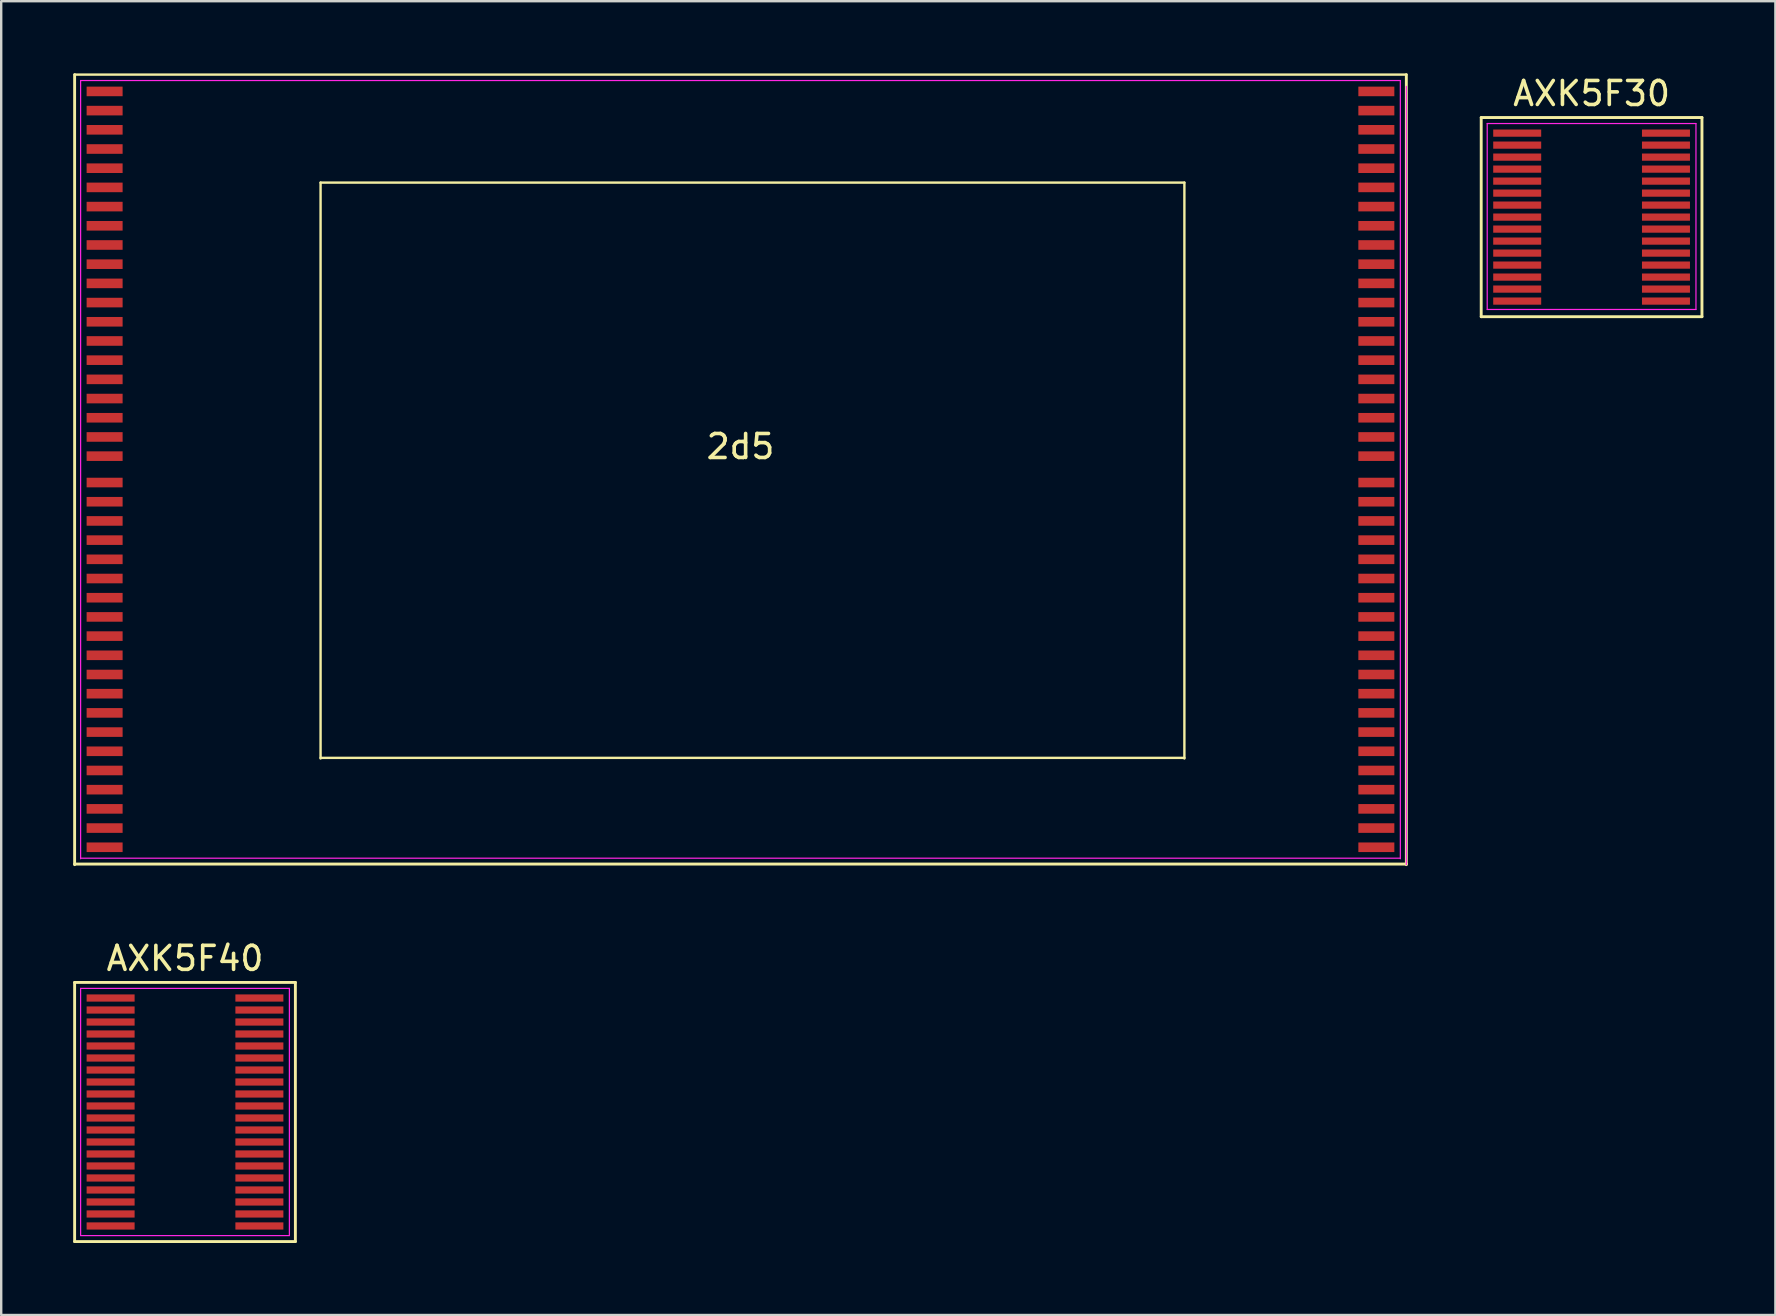
<source format=kicad_pcb>
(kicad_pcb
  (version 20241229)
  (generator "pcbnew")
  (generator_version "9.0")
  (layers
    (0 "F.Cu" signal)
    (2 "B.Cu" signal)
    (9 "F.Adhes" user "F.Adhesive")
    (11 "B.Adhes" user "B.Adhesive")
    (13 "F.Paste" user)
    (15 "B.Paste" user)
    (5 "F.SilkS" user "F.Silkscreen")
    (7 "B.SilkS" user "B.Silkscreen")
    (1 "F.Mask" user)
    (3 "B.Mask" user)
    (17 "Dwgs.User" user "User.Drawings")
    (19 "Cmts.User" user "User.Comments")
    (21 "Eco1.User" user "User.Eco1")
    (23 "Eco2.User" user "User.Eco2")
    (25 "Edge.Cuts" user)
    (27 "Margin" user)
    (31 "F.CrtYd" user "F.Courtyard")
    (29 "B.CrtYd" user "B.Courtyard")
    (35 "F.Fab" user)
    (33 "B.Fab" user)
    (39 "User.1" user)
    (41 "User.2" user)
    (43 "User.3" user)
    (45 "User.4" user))
  (footprint "AXK5F40"
    (layer "F.Cu")
    (at 4.66 43.293)
    (property "Reference" "AXK5F40" (at 0 -6.4 0) (layer "F.SilkS") (effects (font (size 1 1) (thickness 0.15))))
    (attr smd)
    (fp_line (start -4.6 -5.4) (end 4.6 -5.4) (stroke (width 0.12) (type default)) (layer "F.SilkS"))
    (fp_line (start -4.6 5.4) (end -4.6 -5.4) (stroke (width 0.12) (type default)) (layer "F.SilkS"))
    (fp_line (start 4.6 -5.4) (end 4.6 5.4) (stroke (width 0.12) (type default)) (layer "F.SilkS"))
    (fp_line (start 4.6 5.4) (end -4.6 5.4) (stroke (width 0.12) (type default)) (layer "F.SilkS"))
    (fp_line (start -4.35 -5.15) (end 4.35 -5.15) (stroke (width 0.05) (type default)) (layer "F.CrtYd"))
    (fp_line (start -4.35 5.15) (end -4.35 -5.15) (stroke (width 0.05) (type default)) (layer "F.CrtYd"))
    (fp_line (start 4.35 -5.15) (end 4.35 5.15) (stroke (width 0.05) (type default)) (layer "F.CrtYd"))
    (fp_line (start 4.35 5.15) (end -4.35 5.15) (stroke (width 0.05) (type default)) (layer "F.CrtYd"))
    (pad "1" smd rect (at -3.1 -4.75 270) (size 0.3 2) (layers "F.Cu" "F.Mask" "F.Paste"))
    (pad "2" smd rect (at 3.1 -4.75 270) (size 0.3 2) (layers "F.Cu" "F.Mask" "F.Paste"))
    (pad "3" smd rect (at -3.1 -4.25 270) (size 0.3 2) (layers "F.Cu" "F.Mask" "F.Paste"))
    (pad "4" smd rect (at 3.1 -4.25 270) (size 0.3 2) (layers "F.Cu" "F.Mask" "F.Paste"))
    (pad "5" smd rect (at -3.1 -3.75 270) (size 0.3 2) (layers "F.Cu" "F.Mask" "F.Paste"))
    (pad "6" smd rect (at 3.1 -3.75 270) (size 0.3 2) (layers "F.Cu" "F.Mask" "F.Paste"))
    (pad "7" smd rect (at -3.1 -3.25 270) (size 0.3 2) (layers "F.Cu" "F.Mask" "F.Paste"))
    (pad "8" smd rect (at 3.1 -3.25 270) (size 0.3 2) (layers "F.Cu" "F.Mask" "F.Paste"))
    (pad "9" smd rect (at -3.1 -2.75 270) (size 0.3 2) (layers "F.Cu" "F.Mask" "F.Paste"))
    (pad "10" smd rect (at 3.1 -2.75 270) (size 0.3 2) (layers "F.Cu" "F.Mask" "F.Paste"))
    (pad "11" smd rect (at -3.1 -2.25 270) (size 0.3 2) (layers "F.Cu" "F.Mask" "F.Paste"))
    (pad "12" smd rect (at 3.1 -2.25 270) (size 0.3 2) (layers "F.Cu" "F.Mask" "F.Paste"))
    (pad "13" smd rect (at -3.1 -1.75 270) (size 0.3 2) (layers "F.Cu" "F.Mask" "F.Paste"))
    (pad "14" smd rect (at 3.1 -1.75 270) (size 0.3 2) (layers "F.Cu" "F.Mask" "F.Paste"))
    (pad "15" smd rect (at -3.1 -1.25 270) (size 0.3 2) (layers "F.Cu" "F.Mask" "F.Paste"))
    (pad "16" smd rect (at 3.1 -1.25 270) (size 0.3 2) (layers "F.Cu" "F.Mask" "F.Paste"))
    (pad "17" smd rect (at -3.1 -0.75 270) (size 0.3 2) (layers "F.Cu" "F.Mask" "F.Paste"))
    (pad "18" smd rect (at 3.1 -0.75 270) (size 0.3 2) (layers "F.Cu" "F.Mask" "F.Paste"))
    (pad "19" smd rect (at -3.1 -0.25 270) (size 0.3 2) (layers "F.Cu" "F.Mask" "F.Paste"))
    (pad "20" smd rect (at 3.1 -0.25 270) (size 0.3 2) (layers "F.Cu" "F.Mask" "F.Paste"))
    (pad "21" smd rect (at -3.1 0.25 270) (size 0.3 2) (layers "F.Cu" "F.Mask" "F.Paste"))
    (pad "22" smd rect (at 3.1 0.25 270) (size 0.3 2) (layers "F.Cu" "F.Mask" "F.Paste"))
    (pad "23" smd rect (at -3.1 0.75 270) (size 0.3 2) (layers "F.Cu" "F.Mask" "F.Paste"))
    (pad "24" smd rect (at 3.1 0.75 270) (size 0.3 2) (layers "F.Cu" "F.Mask" "F.Paste"))
    (pad "25" smd rect (at -3.1 1.25 270) (size 0.3 2) (layers "F.Cu" "F.Mask" "F.Paste"))
    (pad "26" smd rect (at 3.1 1.25 270) (size 0.3 2) (layers "F.Cu" "F.Mask" "F.Paste"))
    (pad "27" smd rect (at -3.1 1.75 270) (size 0.3 2) (layers "F.Cu" "F.Mask" "F.Paste"))
    (pad "28" smd rect (at 3.1 1.75 270) (size 0.3 2) (layers "F.Cu" "F.Mask" "F.Paste"))
    (pad "29" smd rect (at -3.1 2.25 270) (size 0.3 2) (layers "F.Cu" "F.Mask" "F.Paste"))
    (pad "30" smd rect (at 3.1 2.25 270) (size 0.3 2) (layers "F.Cu" "F.Mask" "F.Paste"))
    (pad "31" smd rect (at -3.1 2.75 270) (size 0.3 2) (layers "F.Cu" "F.Mask" "F.Paste"))
    (pad "32" smd rect (at 3.1 2.75 270) (size 0.3 2) (layers "F.Cu" "F.Mask" "F.Paste"))
    (pad "33" smd rect (at -3.1 3.25 270) (size 0.3 2) (layers "F.Cu" "F.Mask" "F.Paste"))
    (pad "34" smd rect (at 3.1 3.25 270) (size 0.3 2) (layers "F.Cu" "F.Mask" "F.Paste"))
    (pad "35" smd rect (at -3.1 3.75 270) (size 0.3 2) (layers "F.Cu" "F.Mask" "F.Paste"))
    (pad "36" smd rect (at 3.1 3.75 270) (size 0.3 2) (layers "F.Cu" "F.Mask" "F.Paste"))
    (pad "37" smd rect (at -3.1 4.25 270) (size 0.3 2) (layers "F.Cu" "F.Mask" "F.Paste"))
    (pad "38" smd rect (at 3.1 4.25 270) (size 0.3 2) (layers "F.Cu" "F.Mask" "F.Paste"))
    (pad "39" smd rect (at -3.1 4.75 270) (size 0.3 2) (layers "F.Cu" "F.Mask" "F.Paste"))
    (pad "40" smd rect (at 3.1 4.75 270) (size 0.3 2) (layers "F.Cu" "F.Mask" "F.Paste")))
  (footprint "AXK5F30"
    (layer "F.Cu")
    (at 63.38 5.998)
    (property "Reference" "AXK5F30" (at -0.1 -5.15 0) (layer "F.SilkS") (effects (font (size 1 1) (thickness 0.15))))
    (attr smd)
    (fp_line (start -4.7 -4.15) (end 4.5 -4.15) (stroke (width 0.12) (type default)) (layer "F.SilkS"))
    (fp_line (start -4.7 4.15) (end -4.7 -4.15) (stroke (width 0.12) (type default)) (layer "F.SilkS"))
    (fp_line (start 4.5 -4.15) (end 4.5 4.15) (stroke (width 0.12) (type default)) (layer "F.SilkS"))
    (fp_line (start 4.5 4.15) (end -4.7 4.15) (stroke (width 0.12) (type default)) (layer "F.SilkS"))
    (fp_line (start -4.45 -3.9) (end 4.25 -3.9) (stroke (width 0.05) (type default)) (layer "F.CrtYd"))
    (fp_line (start -4.45 3.85) (end -4.45 -3.9) (stroke (width 0.05) (type default)) (layer "F.CrtYd"))
    (fp_line (start 4.25 -3.9) (end 4.25 3.85) (stroke (width 0.05) (type default)) (layer "F.CrtYd"))
    (fp_line (start 4.25 3.85) (end -4.45 3.85) (stroke (width 0.05) (type default)) (layer "F.CrtYd"))
    (pad "1" smd rect (at -3.2 -3.5 270) (size 0.3 2) (layers "F.Cu" "F.Mask" "F.Paste"))
    (pad "2" smd rect (at 3 -3.5 270) (size 0.3 2) (layers "F.Cu" "F.Mask" "F.Paste"))
    (pad "3" smd rect (at -3.2 -3 270) (size 0.3 2) (layers "F.Cu" "F.Mask" "F.Paste"))
    (pad "4" smd rect (at 3 -3 270) (size 0.3 2) (layers "F.Cu" "F.Mask" "F.Paste"))
    (pad "5" smd rect (at -3.2 -2.5 270) (size 0.3 2) (layers "F.Cu" "F.Mask" "F.Paste"))
    (pad "6" smd rect (at 3 -2.5 270) (size 0.3 2) (layers "F.Cu" "F.Mask" "F.Paste"))
    (pad "7" smd rect (at -3.2 -2 270) (size 0.3 2) (layers "F.Cu" "F.Mask" "F.Paste"))
    (pad "8" smd rect (at 3 -2 270) (size 0.3 2) (layers "F.Cu" "F.Mask" "F.Paste"))
    (pad "9" smd rect (at -3.2 -1.5 270) (size 0.3 2) (layers "F.Cu" "F.Mask" "F.Paste"))
    (pad "10" smd rect (at 3 -1.5 270) (size 0.3 2) (layers "F.Cu" "F.Mask" "F.Paste"))
    (pad "11" smd rect (at -3.2 -1 270) (size 0.3 2) (layers "F.Cu" "F.Mask" "F.Paste"))
    (pad "12" smd rect (at 3 -1 270) (size 0.3 2) (layers "F.Cu" "F.Mask" "F.Paste"))
    (pad "13" smd rect (at -3.2 -0.5 270) (size 0.3 2) (layers "F.Cu" "F.Mask" "F.Paste"))
    (pad "14" smd rect (at 3 -0.5 270) (size 0.3 2) (layers "F.Cu" "F.Mask" "F.Paste"))
    (pad "15" smd rect (at -3.2 0 270) (size 0.3 2) (layers "F.Cu" "F.Mask" "F.Paste"))
    (pad "16" smd rect (at 3 0 270) (size 0.3 2) (layers "F.Cu" "F.Mask" "F.Paste"))
    (pad "17" smd rect (at -3.2 0.5 270) (size 0.3 2) (layers "F.Cu" "F.Mask" "F.Paste"))
    (pad "18" smd rect (at 3 0.5 270) (size 0.3 2) (layers "F.Cu" "F.Mask" "F.Paste"))
    (pad "19" smd rect (at -3.2 1 270) (size 0.3 2) (layers "F.Cu" "F.Mask" "F.Paste"))
    (pad "20" smd rect (at 3 1 270) (size 0.3 2) (layers "F.Cu" "F.Mask" "F.Paste"))
    (pad "21" smd rect (at -3.2 1.5 270) (size 0.3 2) (layers "F.Cu" "F.Mask" "F.Paste"))
    (pad "22" smd rect (at 3 1.5 270) (size 0.3 2) (layers "F.Cu" "F.Mask" "F.Paste"))
    (pad "23" smd rect (at -3.2 2 270) (size 0.3 2) (layers "F.Cu" "F.Mask" "F.Paste"))
    (pad "24" smd rect (at 3 2 270) (size 0.3 2) (layers "F.Cu" "F.Mask" "F.Paste"))
    (pad "25" smd rect (at -3.2 2.5 270) (size 0.3 2) (layers "F.Cu" "F.Mask" "F.Paste"))
    (pad "26" smd rect (at 3 2.5 270) (size 0.3 2) (layers "F.Cu" "F.Mask" "F.Paste"))
    (pad "27" smd rect (at -3.2 3 270) (size 0.3 2) (layers "F.Cu" "F.Mask" "F.Paste"))
    (pad "28" smd rect (at 3 3 270) (size 0.3 2) (layers "F.Cu" "F.Mask" "F.Paste"))
    (pad "29" smd rect (at -3.2 3.5 270) (size 0.3 2) (layers "F.Cu" "F.Mask" "F.Paste"))
    (pad "30" smd rect (at 3 3.5 270) (size 0.3 2) (layers "F.Cu" "F.Mask" "F.Paste")))
  (footprint "2d5"
    (layer "F.Cu")
    (at 27.81 16.56)
    (property "Reference" "2d5" (at 0 -1 0) (layer "F.SilkS") (effects (font (size 1 1) (thickness 0.15))))
    (attr smd)
    (fp_line (start -27.75 -16.5) (end -27.75 16.425) (stroke (width 0.12) (type default)) (layer "F.SilkS"))
    (fp_line (start -27.75 -16.5) (end 27.75 -16.5) (stroke (width 0.1) (type default)) (layer "F.SilkS"))
    (fp_line (start -17.5 -12) (end 18.5 -12) (stroke (width 0.1) (type default)) (layer "F.SilkS"))
    (fp_line (start -17.5 12) (end -17.5 -12) (stroke (width 0.1) (type default)) (layer "F.SilkS"))
    (fp_line (start 18.5 -12) (end 18.5 12) (stroke (width 0.1) (type default)) (layer "F.SilkS"))
    (fp_line (start 18.5 11.975) (end -17.5 11.975) (stroke (width 0.1) (type default)) (layer "F.SilkS"))
    (fp_line (start 27.75 -16.5) (end 27.75 16.425) (stroke (width 0.12) (type default)) (layer "F.SilkS"))
    (fp_line (start 27.75 16.4) (end -27.75 16.4) (stroke (width 0.12) (type default)) (layer "F.SilkS"))
    (fp_line (start -27.5 -16.255) (end 27.5 -16.255) (stroke (width 0.05) (type default)) (layer "F.CrtYd"))
    (fp_line (start -27.5 16.18) (end -27.5 -16.255) (stroke (width 0.05) (type default)) (layer "F.CrtYd"))
    (fp_line (start 27.5 16.155) (end -27.5 16.155) (stroke (width 0.05) (type default)) (layer "F.CrtYd"))
    (fp_line (start 27.5 16.18) (end 27.5 -16.255) (stroke (width 0.05) (type default)) (layer "F.CrtYd"))
    (fp_line (start 27.75 -16.01) (end 27.75 16.425) (stroke (width 0.05) (type default)) (layer "F.CrtYd"))
    (pad "1" smd rect (at -26.5 -15.8 270) (size 0.4 1.5) (layers "F.Cu" "F.Mask" "F.Paste"))
    (pad "2" smd rect (at -26.5 -15 270) (size 0.4 1.5) (layers "F.Cu" "F.Mask" "F.Paste"))
    (pad "3" smd rect (at -26.5 -14.2 270) (size 0.4 1.5) (layers "F.Cu" "F.Mask" "F.Paste"))
    (pad "4" smd rect (at -26.5 -13.4 270) (size 0.4 1.5) (layers "F.Cu" "F.Mask" "F.Paste"))
    (pad "5" smd rect (at -26.5 -12.6 270) (size 0.4 1.5) (layers "F.Cu" "F.Mask" "F.Paste"))
    (pad "6" smd rect (at -26.5 -11.8 270) (size 0.4 1.5) (layers "F.Cu" "F.Mask" "F.Paste"))
    (pad "7" smd rect (at -26.5 -11 270) (size 0.4 1.5) (layers "F.Cu" "F.Mask" "F.Paste"))
    (pad "8" smd rect (at -26.5 -10.2 270) (size 0.4 1.5) (layers "F.Cu" "F.Mask" "F.Paste"))
    (pad "9" smd rect (at -26.5 -9.4 270) (size 0.4 1.5) (layers "F.Cu" "F.Mask" "F.Paste"))
    (pad "10" smd rect (at -26.5 -8.6 270) (size 0.4 1.5) (layers "F.Cu" "F.Mask" "F.Paste"))
    (pad "11" smd rect (at -26.5 -7.8 270) (size 0.4 1.5) (layers "F.Cu" "F.Mask" "F.Paste"))
    (pad "12" smd rect (at -26.5 -7 270) (size 0.4 1.5) (layers "F.Cu" "F.Mask" "F.Paste"))
    (pad "13" smd rect (at -26.5 -6.2 270) (size 0.4 1.5) (layers "F.Cu" "F.Mask" "F.Paste"))
    (pad "14" smd rect (at -26.5 -5.4 270) (size 0.4 1.5) (layers "F.Cu" "F.Mask" "F.Paste"))
    (pad "15" smd rect (at -26.5 -4.6 270) (size 0.4 1.5) (layers "F.Cu" "F.Mask" "F.Paste"))
    (pad "16" smd rect (at -26.5 -3.8 270) (size 0.4 1.5) (layers "F.Cu" "F.Mask" "F.Paste"))
    (pad "17" smd rect (at -26.5 -3 270) (size 0.4 1.5) (layers "F.Cu" "F.Mask" "F.Paste"))
    (pad "18" smd rect (at -26.5 -2.2 270) (size 0.4 1.5) (layers "F.Cu" "F.Mask" "F.Paste"))
    (pad "19" smd rect (at -26.5 -1.4 270) (size 0.4 1.5) (layers "F.Cu" "F.Mask" "F.Paste"))
    (pad "20" smd rect (at -26.5 -0.6 270) (size 0.4 1.5) (layers "F.Cu" "F.Mask" "F.Paste"))
    (pad "21" smd rect (at -26.5 0.5 270) (size 0.4 1.5) (layers "F.Cu" "F.Mask" "F.Paste"))
    (pad "22" smd rect (at -26.5 1.3 270) (size 0.4 1.5) (layers "F.Cu" "F.Mask" "F.Paste"))
    (pad "23" smd rect (at -26.5 2.1 270) (size 0.4 1.5) (layers "F.Cu" "F.Mask" "F.Paste"))
    (pad "24" smd rect (at -26.5 2.9 270) (size 0.4 1.5) (layers "F.Cu" "F.Mask" "F.Paste"))
    (pad "25" smd rect (at -26.5 3.7 270) (size 0.4 1.5) (layers "F.Cu" "F.Mask" "F.Paste"))
    (pad "26" smd rect (at -26.5 4.5 270) (size 0.4 1.5) (layers "F.Cu" "F.Mask" "F.Paste"))
    (pad "27" smd rect (at -26.5 5.3 270) (size 0.4 1.5) (layers "F.Cu" "F.Mask" "F.Paste"))
    (pad "28" smd rect (at -26.5 6.1 270) (size 0.4 1.5) (layers "F.Cu" "F.Mask" "F.Paste"))
    (pad "29" smd rect (at -26.5 6.9 270) (size 0.4 1.5) (layers "F.Cu" "F.Mask" "F.Paste"))
    (pad "30" smd rect (at -26.5 7.7 270) (size 0.4 1.5) (layers "F.Cu" "F.Mask" "F.Paste"))
    (pad "31" smd rect (at -26.5 8.5 270) (size 0.4 1.5) (layers "F.Cu" "F.Mask" "F.Paste"))
    (pad "32" smd rect (at -26.5 9.3 270) (size 0.4 1.5) (layers "F.Cu" "F.Mask" "F.Paste"))
    (pad "33" smd rect (at -26.5 10.1 270) (size 0.4 1.5) (layers "F.Cu" "F.Mask" "F.Paste"))
    (pad "34" smd rect (at -26.5 10.9 270) (size 0.4 1.5) (layers "F.Cu" "F.Mask" "F.Paste"))
    (pad "35" smd rect (at -26.5 11.7 270) (size 0.4 1.5) (layers "F.Cu" "F.Mask" "F.Paste"))
    (pad "36" smd rect (at -26.5 12.5 270) (size 0.4 1.5) (layers "F.Cu" "F.Mask" "F.Paste"))
    (pad "37" smd rect (at -26.5 13.3 270) (size 0.4 1.5) (layers "F.Cu" "F.Mask" "F.Paste"))
    (pad "38" smd rect (at -26.5 14.1 270) (size 0.4 1.5) (layers "F.Cu" "F.Mask" "F.Paste"))
    (pad "39" smd rect (at -26.5 14.9 270) (size 0.4 1.5) (layers "F.Cu" "F.Mask" "F.Paste"))
    (pad "40" smd rect (at -26.5 15.7 270) (size 0.4 1.5) (layers "F.Cu" "F.Mask" "F.Paste"))
    (pad "41" smd rect (at 26.5 15.7 270) (size 0.4 1.5) (layers "F.Cu" "F.Mask" "F.Paste"))
    (pad "42" smd rect (at 26.5 14.9 270) (size 0.4 1.5) (layers "F.Cu" "F.Mask" "F.Paste"))
    (pad "43" smd rect (at 26.5 14.1 270) (size 0.4 1.5) (layers "F.Cu" "F.Mask" "F.Paste"))
    (pad "44" smd rect (at 26.5 13.3 270) (size 0.4 1.5) (layers "F.Cu" "F.Mask" "F.Paste"))
    (pad "45" smd rect (at 26.5 12.5 270) (size 0.4 1.5) (layers "F.Cu" "F.Mask" "F.Paste"))
    (pad "46" smd rect (at 26.5 11.7 270) (size 0.4 1.5) (layers "F.Cu" "F.Mask" "F.Paste"))
    (pad "47" smd rect (at 26.5 10.9 270) (size 0.4 1.5) (layers "F.Cu" "F.Mask" "F.Paste"))
    (pad "48" smd rect (at 26.5 10.1 270) (size 0.4 1.5) (layers "F.Cu" "F.Mask" "F.Paste"))
    (pad "49" smd rect (at 26.5 9.3 270) (size 0.4 1.5) (layers "F.Cu" "F.Mask" "F.Paste"))
    (pad "50" smd rect (at 26.5 8.5 270) (size 0.4 1.5) (layers "F.Cu" "F.Mask" "F.Paste"))
    (pad "51" smd rect (at 26.5 7.7 270) (size 0.4 1.5) (layers "F.Cu" "F.Mask" "F.Paste"))
    (pad "52" smd rect (at 26.5 6.9 270) (size 0.4 1.5) (layers "F.Cu" "F.Mask" "F.Paste"))
    (pad "53" smd rect (at 26.5 6.1 270) (size 0.4 1.5) (layers "F.Cu" "F.Mask" "F.Paste"))
    (pad "54" smd rect (at 26.5 5.3 270) (size 0.4 1.5) (layers "F.Cu" "F.Mask" "F.Paste"))
    (pad "55" smd rect (at 26.5 4.5 270) (size 0.4 1.5) (layers "F.Cu" "F.Mask" "F.Paste"))
    (pad "56" smd rect (at 26.5 3.7 270) (size 0.4 1.5) (layers "F.Cu" "F.Mask" "F.Paste"))
    (pad "57" smd rect (at 26.5 2.9 270) (size 0.4 1.5) (layers "F.Cu" "F.Mask" "F.Paste"))
    (pad "58" smd rect (at 26.5 2.1 270) (size 0.4 1.5) (layers "F.Cu" "F.Mask" "F.Paste"))
    (pad "59" smd rect (at 26.5 1.3 270) (size 0.4 1.5) (layers "F.Cu" "F.Mask" "F.Paste"))
    (pad "60" smd rect (at 26.5 0.5 270) (size 0.4 1.5) (layers "F.Cu" "F.Mask" "F.Paste"))
    (pad "61" smd rect (at 26.5 -0.6 270) (size 0.4 1.5) (layers "F.Cu" "F.Mask" "F.Paste"))
    (pad "62" smd rect (at 26.5 -1.4 270) (size 0.4 1.5) (layers "F.Cu" "F.Mask" "F.Paste"))
    (pad "63" smd rect (at 26.5 -2.2 270) (size 0.4 1.5) (layers "F.Cu" "F.Mask" "F.Paste"))
    (pad "64" smd rect (at 26.5 -3 270) (size 0.4 1.5) (layers "F.Cu" "F.Mask" "F.Paste"))
    (pad "65" smd rect (at 26.5 -3.8 270) (size 0.4 1.5) (layers "F.Cu" "F.Mask" "F.Paste"))
    (pad "66" smd rect (at 26.5 -4.6 270) (size 0.4 1.5) (layers "F.Cu" "F.Mask" "F.Paste"))
    (pad "67" smd rect (at 26.5 -5.4 270) (size 0.4 1.5) (layers "F.Cu" "F.Mask" "F.Paste"))
    (pad "68" smd rect (at 26.5 -6.2 270) (size 0.4 1.5) (layers "F.Cu" "F.Mask" "F.Paste"))
    (pad "69" smd rect (at 26.5 -7 270) (size 0.4 1.5) (layers "F.Cu" "F.Mask" "F.Paste"))
    (pad "70" smd rect (at 26.5 -7.8 270) (size 0.4 1.5) (layers "F.Cu" "F.Mask" "F.Paste"))
    (pad "71" smd rect (at 26.5 -8.6 270) (size 0.4 1.5) (layers "F.Cu" "F.Mask" "F.Paste"))
    (pad "72" smd rect (at 26.5 -9.4 270) (size 0.4 1.5) (layers "F.Cu" "F.Mask" "F.Paste"))
    (pad "73" smd rect (at 26.5 -10.2 270) (size 0.4 1.5) (layers "F.Cu" "F.Mask" "F.Paste"))
    (pad "74" smd rect (at 26.5 -11 270) (size 0.4 1.5) (layers "F.Cu" "F.Mask" "F.Paste"))
    (pad "75" smd rect (at 26.5 -11.8 270) (size 0.4 1.5) (layers "F.Cu" "F.Mask" "F.Paste"))
    (pad "76" smd rect (at 26.5 -12.6 270) (size 0.4 1.5) (layers "F.Cu" "F.Mask" "F.Paste"))
    (pad "77" smd rect (at 26.5 -13.4 270) (size 0.4 1.5) (layers "F.Cu" "F.Mask" "F.Paste"))
    (pad "78" smd rect (at 26.5 -14.2 270) (size 0.4 1.5) (layers "F.Cu" "F.Mask" "F.Paste"))
    (pad "79" smd rect (at 26.5 -15 270) (size 0.4 1.5) (layers "F.Cu" "F.Mask" "F.Paste"))
    (pad "80" smd rect (at 26.5 -15.8 270) (size 0.4 1.5) (layers "F.Cu" "F.Mask" "F.Paste")))
  (gr_rect
    (start -3 -3)
    (end 70.94 51.753)
    (stroke (width 0.1) (type default))
    (fill no)
    (layer "Edge.Cuts")))
</source>
